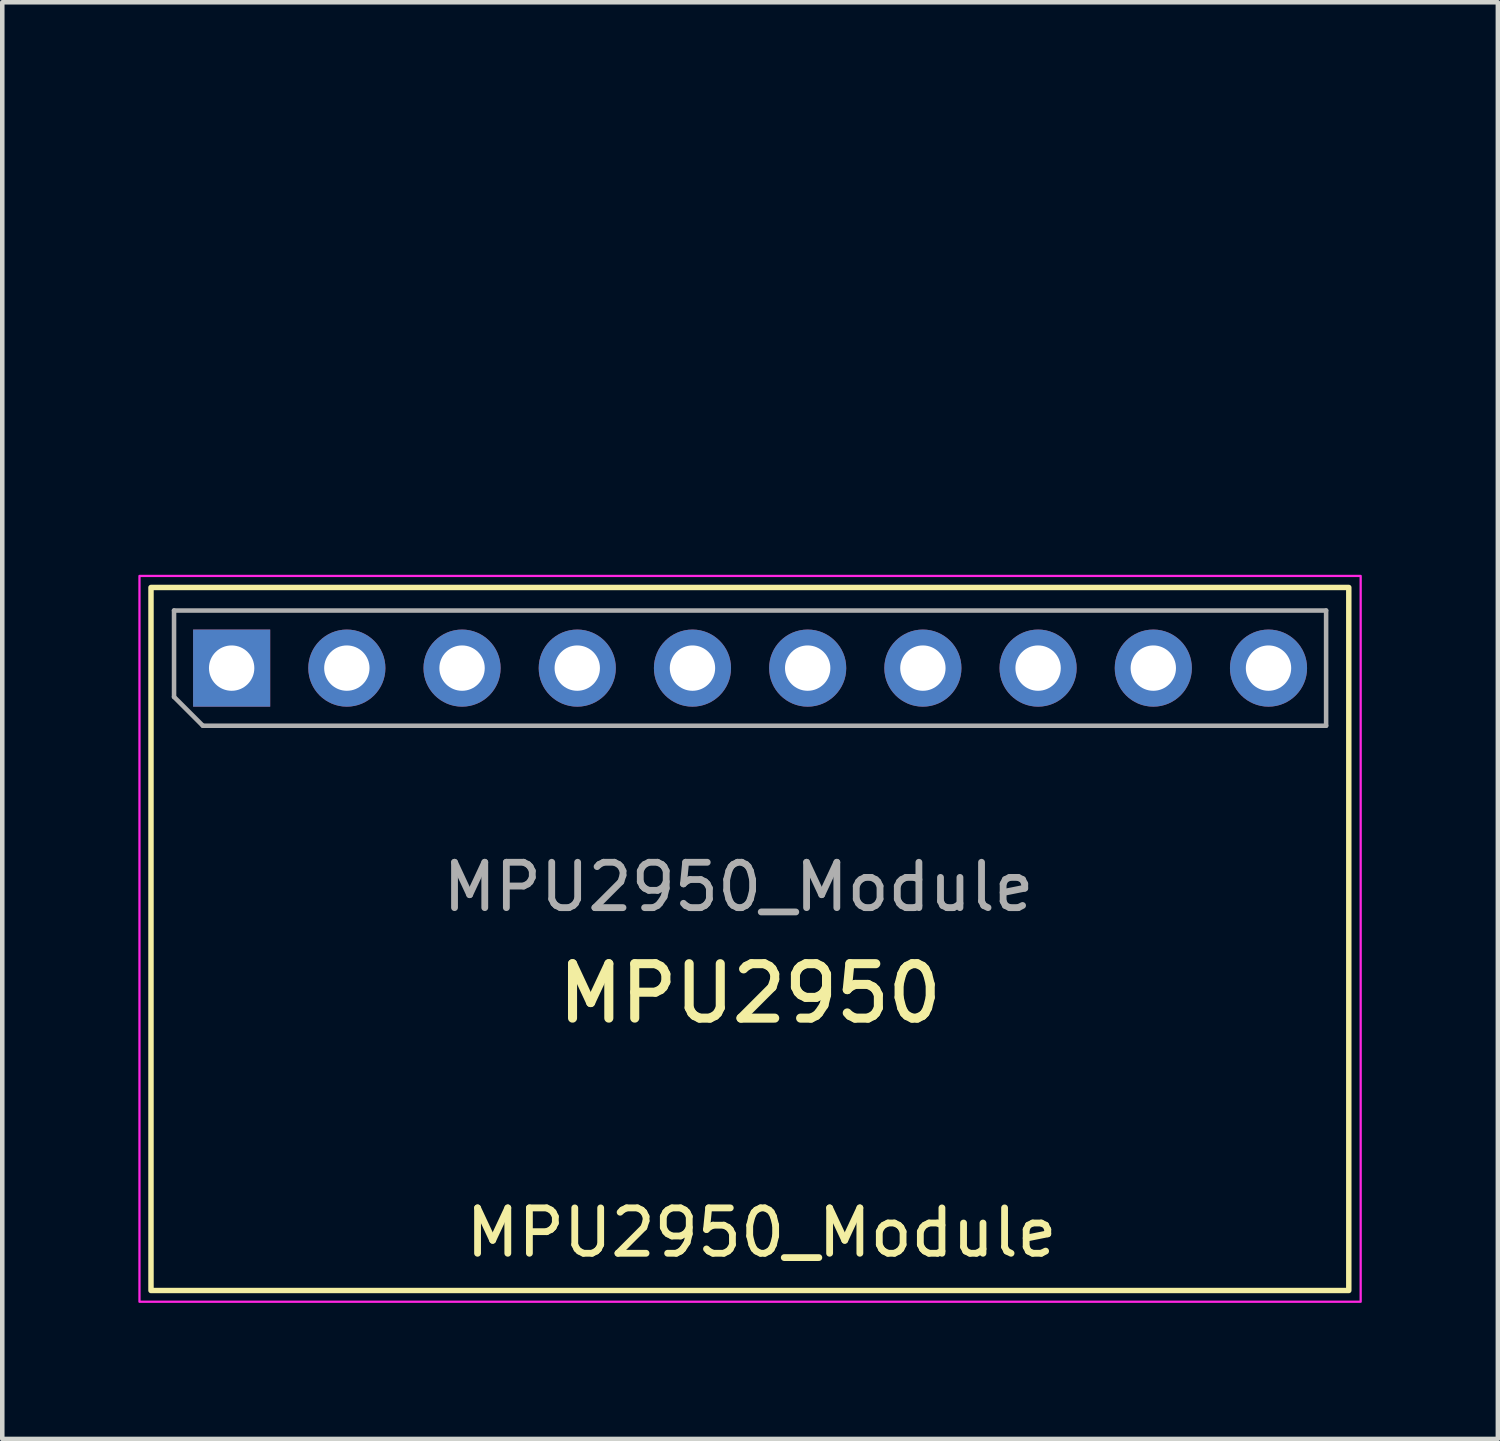
<source format=kicad_pcb>
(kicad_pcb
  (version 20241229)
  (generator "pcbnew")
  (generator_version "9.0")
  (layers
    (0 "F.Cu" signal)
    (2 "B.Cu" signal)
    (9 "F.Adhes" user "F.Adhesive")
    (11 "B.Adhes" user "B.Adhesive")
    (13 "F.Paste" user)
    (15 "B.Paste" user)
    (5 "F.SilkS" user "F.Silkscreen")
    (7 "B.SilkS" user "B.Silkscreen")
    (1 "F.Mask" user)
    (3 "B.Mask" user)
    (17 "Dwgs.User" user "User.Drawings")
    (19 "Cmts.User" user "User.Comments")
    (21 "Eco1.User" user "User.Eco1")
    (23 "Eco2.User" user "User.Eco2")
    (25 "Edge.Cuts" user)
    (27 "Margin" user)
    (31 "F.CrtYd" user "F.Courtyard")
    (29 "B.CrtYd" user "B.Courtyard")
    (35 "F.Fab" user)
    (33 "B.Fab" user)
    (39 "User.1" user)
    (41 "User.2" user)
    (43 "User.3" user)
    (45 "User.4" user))
  (footprint "MPU2950_Module"
    (layer "F.Cu")
    (at 13.487 0.25)
    (property "Reference" "MPU2950_Module" (at 0.254 23.876 180) (layer "F.SilkS") (effects (font (size 1 1) (thickness 0.15))))
    (attr through_hole)
    (fp_rect (start -13.208 9.652) (end 13.2 25.152) (stroke (width 0.12) (type default)) (fill no) (layer "F.SilkS"))
    (fp_rect (start -13.462 9.398) (end 13.462 25.4) (stroke (width 0.05) (type default)) (fill no) (layer "F.CrtYd"))
    (fp_line (start -12.7 10.16) (end 12.7 10.16) (stroke (width 0.1) (type solid)) (layer "F.Fab"))
    (fp_line (start -12.7 12.065) (end -12.7 10.16) (stroke (width 0.1) (type solid)) (layer "F.Fab"))
    (fp_line (start -12.065 12.7) (end -12.7 12.065) (stroke (width 0.1) (type solid)) (layer "F.Fab"))
    (fp_line (start 12.7 10.16) (end 12.7 12.7) (stroke (width 0.1) (type solid)) (layer "F.Fab"))
    (fp_line (start 12.7 12.7) (end -12.065 12.7) (stroke (width 0.1) (type solid)) (layer "F.Fab"))
    (fp_text user "MPU2950" (at 0 19.304 0) (unlocked yes) (layer "F.SilkS") (effects (font (size 1.2 1.2) (thickness 0.2) (bold yes)) (justify bottom)))
    (fp_text user "${REFERENCE}" (at -0.254 16.256 180) (layer "F.Fab") (effects (font (size 1 1) (thickness 0.15))))
    (pad "1" thru_hole rect (at -11.43 11.43 90) (size 1.7 1.7) (drill 1) (layers "*.Cu" "*.Mask"))
    (pad "2" thru_hole oval (at -8.89 11.43 90) (size 1.7 1.7) (drill 1) (layers "*.Cu" "*.Mask"))
    (pad "3" thru_hole oval (at -6.35 11.43 90) (size 1.7 1.7) (drill 1) (layers "*.Cu" "*.Mask"))
    (pad "4" thru_hole oval (at -3.81 11.43 90) (size 1.7 1.7) (drill 1) (layers "*.Cu" "*.Mask"))
    (pad "5" thru_hole oval (at -1.27 11.43 90) (size 1.7 1.7) (drill 1) (layers "*.Cu" "*.Mask"))
    (pad "6" thru_hole oval (at 1.27 11.43 90) (size 1.7 1.7) (drill 1) (layers "*.Cu" "*.Mask"))
    (pad "7" thru_hole oval (at 3.81 11.43 90) (size 1.7 1.7) (drill 1) (layers "*.Cu" "*.Mask"))
    (pad "8" thru_hole oval (at 6.35 11.43 90) (size 1.7 1.7) (drill 1) (layers "*.Cu" "*.Mask"))
    (pad "9" thru_hole oval (at 8.89 11.43 90) (size 1.7 1.7) (drill 1) (layers "*.Cu" "*.Mask"))
    (pad "10" thru_hole oval (at 11.43 11.43 90) (size 1.7 1.7) (drill 1) (layers "*.Cu" "*.Mask")))
  (gr_rect
    (start -3 -3)
    (end 29.974 28.675)
    (stroke (width 0.1) (type default))
    (fill no)
    (layer "Edge.Cuts")))
</source>
